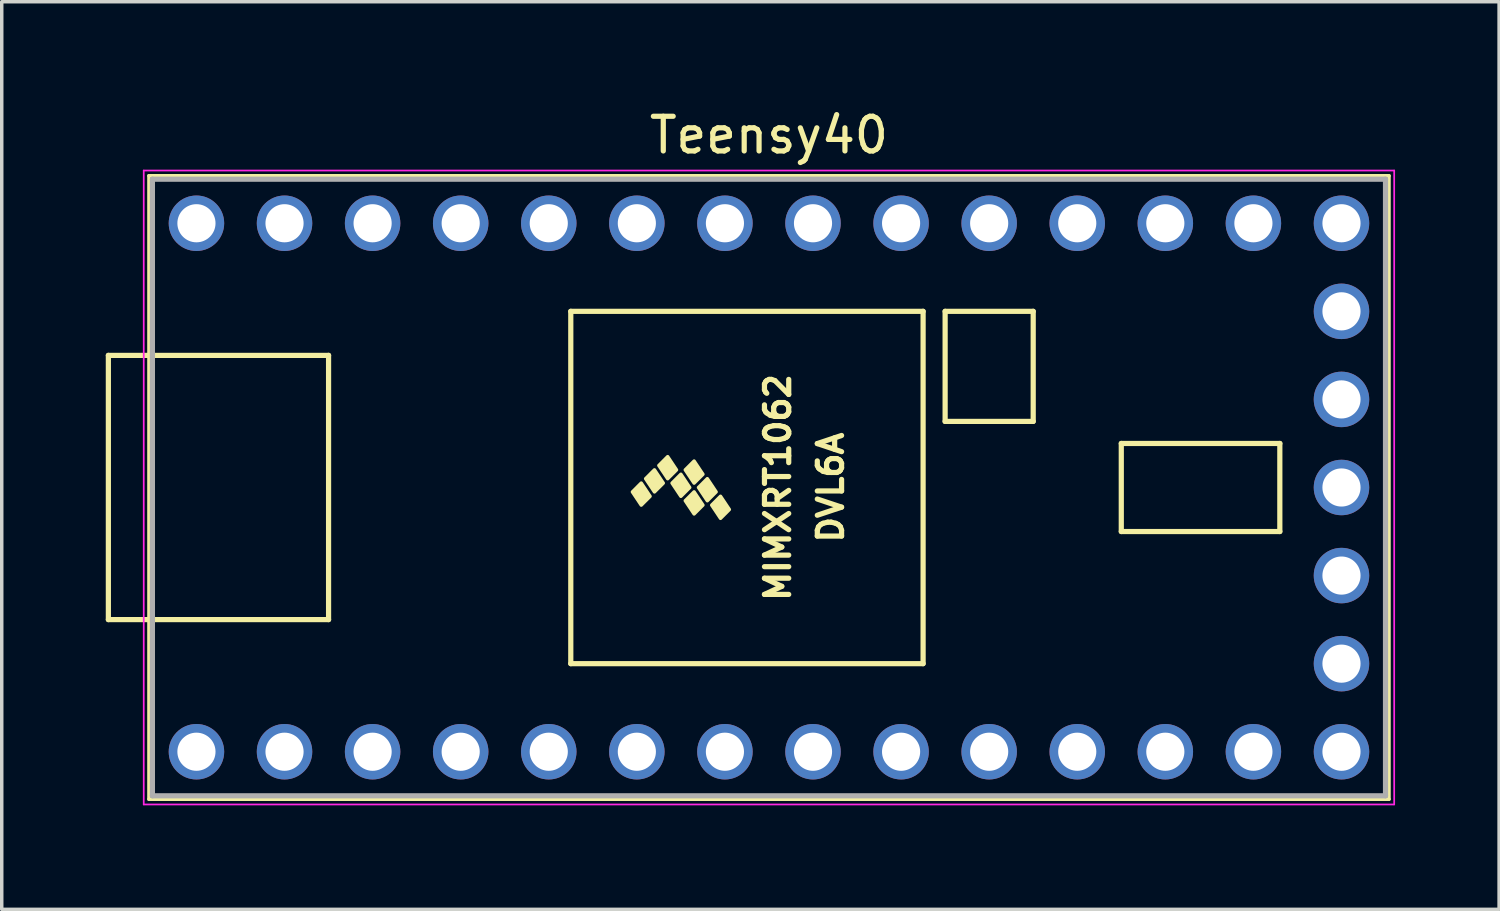
<source format=kicad_pcb>
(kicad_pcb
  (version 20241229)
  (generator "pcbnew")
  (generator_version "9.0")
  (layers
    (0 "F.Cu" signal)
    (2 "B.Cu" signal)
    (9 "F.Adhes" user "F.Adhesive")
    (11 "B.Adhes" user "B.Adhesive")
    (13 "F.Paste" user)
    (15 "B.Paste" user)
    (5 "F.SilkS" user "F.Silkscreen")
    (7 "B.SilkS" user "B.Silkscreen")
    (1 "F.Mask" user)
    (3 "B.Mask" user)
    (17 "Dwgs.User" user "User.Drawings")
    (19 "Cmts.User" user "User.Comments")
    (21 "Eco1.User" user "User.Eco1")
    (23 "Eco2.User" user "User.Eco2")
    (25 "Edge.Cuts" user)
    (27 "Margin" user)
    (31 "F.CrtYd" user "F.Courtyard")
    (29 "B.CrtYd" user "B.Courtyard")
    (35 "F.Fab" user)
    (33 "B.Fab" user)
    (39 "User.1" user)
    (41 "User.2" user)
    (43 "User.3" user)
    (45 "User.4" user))
  (footprint "Teensy40"
    (layer "F.Cu")
    (at 19.125 11.008)
    (property "Reference" "Teensy40" (at 0 -10.16 0) (layer "F.SilkS") (effects (font (size 1 1) (thickness 0.15))))
    (attr through_hole)
    (fp_line (start -19.05 -3.81) (end -17.78 -3.81) (stroke (width 0.15) (type solid)) (layer "F.SilkS"))
    (fp_line (start -19.05 3.81) (end -19.05 -3.81) (stroke (width 0.15) (type solid)) (layer "F.SilkS"))
    (fp_line (start -17.88 -8.99) (end 17.88 -8.99) (stroke (width 0.1) (type solid)) (layer "F.SilkS"))
    (fp_line (start -17.88 8.99) (end -17.88 -8.99) (stroke (width 0.1) (type solid)) (layer "F.SilkS"))
    (fp_line (start -17.78 3.81) (end -19.05 3.81) (stroke (width 0.15) (type solid)) (layer "F.SilkS"))
    (fp_line (start -12.7 -3.81) (end -17.78 -3.81) (stroke (width 0.15) (type solid)) (layer "F.SilkS"))
    (fp_line (start -12.7 3.81) (end -17.78 3.81) (stroke (width 0.15) (type solid)) (layer "F.SilkS"))
    (fp_line (start -12.7 3.81) (end -12.7 -3.81) (stroke (width 0.15) (type solid)) (layer "F.SilkS"))
    (fp_line (start -5.715 -5.08) (end -5.715 5.08) (stroke (width 0.15) (type solid)) (layer "F.SilkS"))
    (fp_line (start 4.445 -5.08) (end -5.715 -5.08) (stroke (width 0.15) (type solid)) (layer "F.SilkS"))
    (fp_line (start 4.445 5.08) (end -5.715 5.08) (stroke (width 0.15) (type solid)) (layer "F.SilkS"))
    (fp_line (start 4.445 5.08) (end 4.445 -5.08) (stroke (width 0.15) (type solid)) (layer "F.SilkS"))
    (fp_line (start 5.08 -5.08) (end 7.62 -5.08) (stroke (width 0.15) (type solid)) (layer "F.SilkS"))
    (fp_line (start 5.08 -1.905) (end 5.08 -5.08) (stroke (width 0.15) (type solid)) (layer "F.SilkS"))
    (fp_line (start 7.62 -5.08) (end 7.62 -1.905) (stroke (width 0.15) (type solid)) (layer "F.SilkS"))
    (fp_line (start 7.62 -1.905) (end 5.08 -1.905) (stroke (width 0.15) (type solid)) (layer "F.SilkS"))
    (fp_line (start 10.16 -1.27) (end 14.732 -1.27) (stroke (width 0.15) (type solid)) (layer "F.SilkS"))
    (fp_line (start 10.16 1.27) (end 10.16 -1.27) (stroke (width 0.15) (type solid)) (layer "F.SilkS"))
    (fp_line (start 14.732 -1.27) (end 14.732 1.27) (stroke (width 0.15) (type solid)) (layer "F.SilkS"))
    (fp_line (start 14.732 1.27) (end 10.16 1.27) (stroke (width 0.15) (type solid)) (layer "F.SilkS"))
    (fp_line (start 17.88 -8.99) (end 17.88 8.99) (stroke (width 0.1) (type solid)) (layer "F.SilkS"))
    (fp_line (start 17.88 8.99) (end -17.88 8.99) (stroke (width 0.1) (type solid)) (layer "F.SilkS"))
    (fp_poly (pts (xy -3.937 0.127) (xy -3.683 -0.127) (xy -3.429 0.254) (xy -3.683 0.508)) (stroke (width 0.1) (type solid)) (fill yes) (layer "F.SilkS"))
    (fp_poly (pts (xy -3.556 -0.254) (xy -3.302 -0.508) (xy -3.048 -0.127) (xy -3.302 0.127)) (stroke (width 0.1) (type solid)) (fill yes) (layer "F.SilkS"))
    (fp_poly (pts (xy -3.175 -0.635) (xy -2.921 -0.889) (xy -2.667 -0.508) (xy -2.921 -0.254)) (stroke (width 0.1) (type solid)) (fill yes) (layer "F.SilkS"))
    (fp_poly (pts (xy -2.794 -0.127) (xy -2.54 -0.381) (xy -2.286 0) (xy -2.54 0.254)) (stroke (width 0.1) (type solid)) (fill yes) (layer "F.SilkS"))
    (fp_poly (pts (xy -2.413 -0.508) (xy -2.159 -0.762) (xy -1.905 -0.381) (xy -2.159 -0.127)) (stroke (width 0.1) (type solid)) (fill yes) (layer "F.SilkS"))
    (fp_poly (pts (xy -2.413 0.381) (xy -2.159 0.127) (xy -1.905 0.508) (xy -2.159 0.762)) (stroke (width 0.1) (type solid)) (fill yes) (layer "F.SilkS"))
    (fp_poly (pts (xy -2.032 0) (xy -1.778 -0.254) (xy -1.524 0.127) (xy -1.778 0.381)) (stroke (width 0.1) (type solid)) (fill yes) (layer "F.SilkS"))
    (fp_poly (pts (xy -1.651 0.508) (xy -1.397 0.254) (xy -1.143 0.635) (xy -1.397 0.889)) (stroke (width 0.1) (type solid)) (fill yes) (layer "F.SilkS"))
    (fp_line (start -18.03 -9.14) (end 18.03 -9.14) (stroke (width 0.05) (type solid)) (layer "F.CrtYd"))
    (fp_line (start -18.03 9.14) (end -18.03 -9.14) (stroke (width 0.05) (type solid)) (layer "F.CrtYd"))
    (fp_line (start -18.03 9.14) (end 18.03 9.14) (stroke (width 0.05) (type solid)) (layer "F.CrtYd"))
    (fp_line (start 18.03 -9.14) (end 18.03 9.14) (stroke (width 0.05) (type solid)) (layer "F.CrtYd"))
    (fp_line (start -17.78 -8.89) (end 17.78 -8.89) (stroke (width 0.15) (type solid)) (layer "F.Fab"))
    (fp_line (start -17.78 8.89) (end -17.78 -8.89) (stroke (width 0.15) (type solid)) (layer "F.Fab"))
    (fp_line (start 17.78 -8.89) (end 17.78 8.89) (stroke (width 0.15) (type solid)) (layer "F.Fab"))
    (fp_line (start 17.78 8.89) (end -17.78 8.89) (stroke (width 0.15) (type solid)) (layer "F.Fab"))
    (fp_text user "MIMXRT1062" (at 0.254 0 90) (layer "F.SilkS") (effects (font (size 0.7 0.7) (thickness 0.15))))
    (fp_text user "DVL6A" (at 1.778 0 90) (layer "F.SilkS") (effects (font (size 0.7 0.7) (thickness 0.15))))
    (pad "1" thru_hole circle (at -16.51 7.62) (size 1.6 1.6) (drill 1.1) (layers "*.Cu" "*.Mask"))
    (pad "2" thru_hole circle (at -13.97 7.62) (size 1.6 1.6) (drill 1.1) (layers "*.Cu" "*.Mask"))
    (pad "3" thru_hole circle (at -11.43 7.62) (size 1.6 1.6) (drill 1.1) (layers "*.Cu" "*.Mask"))
    (pad "4" thru_hole circle (at -8.89 7.62) (size 1.6 1.6) (drill 1.1) (layers "*.Cu" "*.Mask"))
    (pad "5" thru_hole circle (at -6.35 7.62) (size 1.6 1.6) (drill 1.1) (layers "*.Cu" "*.Mask"))
    (pad "6" thru_hole circle (at -3.81 7.62) (size 1.6 1.6) (drill 1.1) (layers "*.Cu" "*.Mask"))
    (pad "7" thru_hole circle (at -1.27 7.62) (size 1.6 1.6) (drill 1.1) (layers "*.Cu" "*.Mask"))
    (pad "8" thru_hole circle (at 1.27 7.62) (size 1.6 1.6) (drill 1.1) (layers "*.Cu" "*.Mask"))
    (pad "9" thru_hole circle (at 3.81 7.62) (size 1.6 1.6) (drill 1.1) (layers "*.Cu" "*.Mask"))
    (pad "10" thru_hole circle (at 6.35 7.62) (size 1.6 1.6) (drill 1.1) (layers "*.Cu" "*.Mask"))
    (pad "11" thru_hole circle (at 8.89 7.62) (size 1.6 1.6) (drill 1.1) (layers "*.Cu" "*.Mask"))
    (pad "12" thru_hole circle (at 11.43 7.62) (size 1.6 1.6) (drill 1.1) (layers "*.Cu" "*.Mask"))
    (pad "13" thru_hole circle (at 13.97 7.62) (size 1.6 1.6) (drill 1.1) (layers "*.Cu" "*.Mask"))
    (pad "14" thru_hole circle (at 16.51 7.62) (size 1.6 1.6) (drill 1.1) (layers "*.Cu" "*.Mask"))
    (pad "15" thru_hole circle (at 16.51 5.08) (size 1.6 1.6) (drill 1.1) (layers "*.Cu" "*.Mask"))
    (pad "16" thru_hole circle (at 16.51 2.54) (size 1.6 1.6) (drill 1.1) (layers "*.Cu" "*.Mask"))
    (pad "17" thru_hole circle (at 16.51 0) (size 1.6 1.6) (drill 1.1) (layers "*.Cu" "*.Mask"))
    (pad "18" thru_hole circle (at 16.51 -2.54) (size 1.6 1.6) (drill 1.1) (layers "*.Cu" "*.Mask"))
    (pad "19" thru_hole circle (at 16.51 -5.08) (size 1.6 1.6) (drill 1.1) (layers "*.Cu" "*.Mask"))
    (pad "20" thru_hole circle (at 16.51 -7.62) (size 1.6 1.6) (drill 1.1) (layers "*.Cu" "*.Mask"))
    (pad "21" thru_hole circle (at 13.97 -7.62) (size 1.6 1.6) (drill 1.1) (layers "*.Cu" "*.Mask"))
    (pad "22" thru_hole circle (at 11.43 -7.62) (size 1.6 1.6) (drill 1.1) (layers "*.Cu" "*.Mask"))
    (pad "23" thru_hole circle (at 8.89 -7.62) (size 1.6 1.6) (drill 1.1) (layers "*.Cu" "*.Mask"))
    (pad "24" thru_hole circle (at 6.35 -7.62) (size 1.6 1.6) (drill 1.1) (layers "*.Cu" "*.Mask"))
    (pad "25" thru_hole circle (at 3.81 -7.62) (size 1.6 1.6) (drill 1.1) (layers "*.Cu" "*.Mask"))
    (pad "26" thru_hole circle (at 1.27 -7.62) (size 1.6 1.6) (drill 1.1) (layers "*.Cu" "*.Mask"))
    (pad "27" thru_hole circle (at -1.27 -7.62) (size 1.6 1.6) (drill 1.1) (layers "*.Cu" "*.Mask"))
    (pad "28" thru_hole circle (at -3.81 -7.62) (size 1.6 1.6) (drill 1.1) (layers "*.Cu" "*.Mask"))
    (pad "29" thru_hole circle (at -6.35 -7.62) (size 1.6 1.6) (drill 1.1) (layers "*.Cu" "*.Mask"))
    (pad "30" thru_hole circle (at -8.89 -7.62) (size 1.6 1.6) (drill 1.1) (layers "*.Cu" "*.Mask"))
    (pad "31" thru_hole circle (at -11.43 -7.62) (size 1.6 1.6) (drill 1.1) (layers "*.Cu" "*.Mask"))
    (pad "32" thru_hole circle (at -13.97 -7.62) (size 1.6 1.6) (drill 1.1) (layers "*.Cu" "*.Mask"))
    (pad "33" thru_hole circle (at -16.51 -7.62) (size 1.6 1.6) (drill 1.1) (layers "*.Cu" "*.Mask")))
  (gr_rect
    (start -3 -3)
    (end 40.18 23.173)
    (stroke (width 0.1) (type default))
    (fill no)
    (layer "Edge.Cuts")))
</source>
